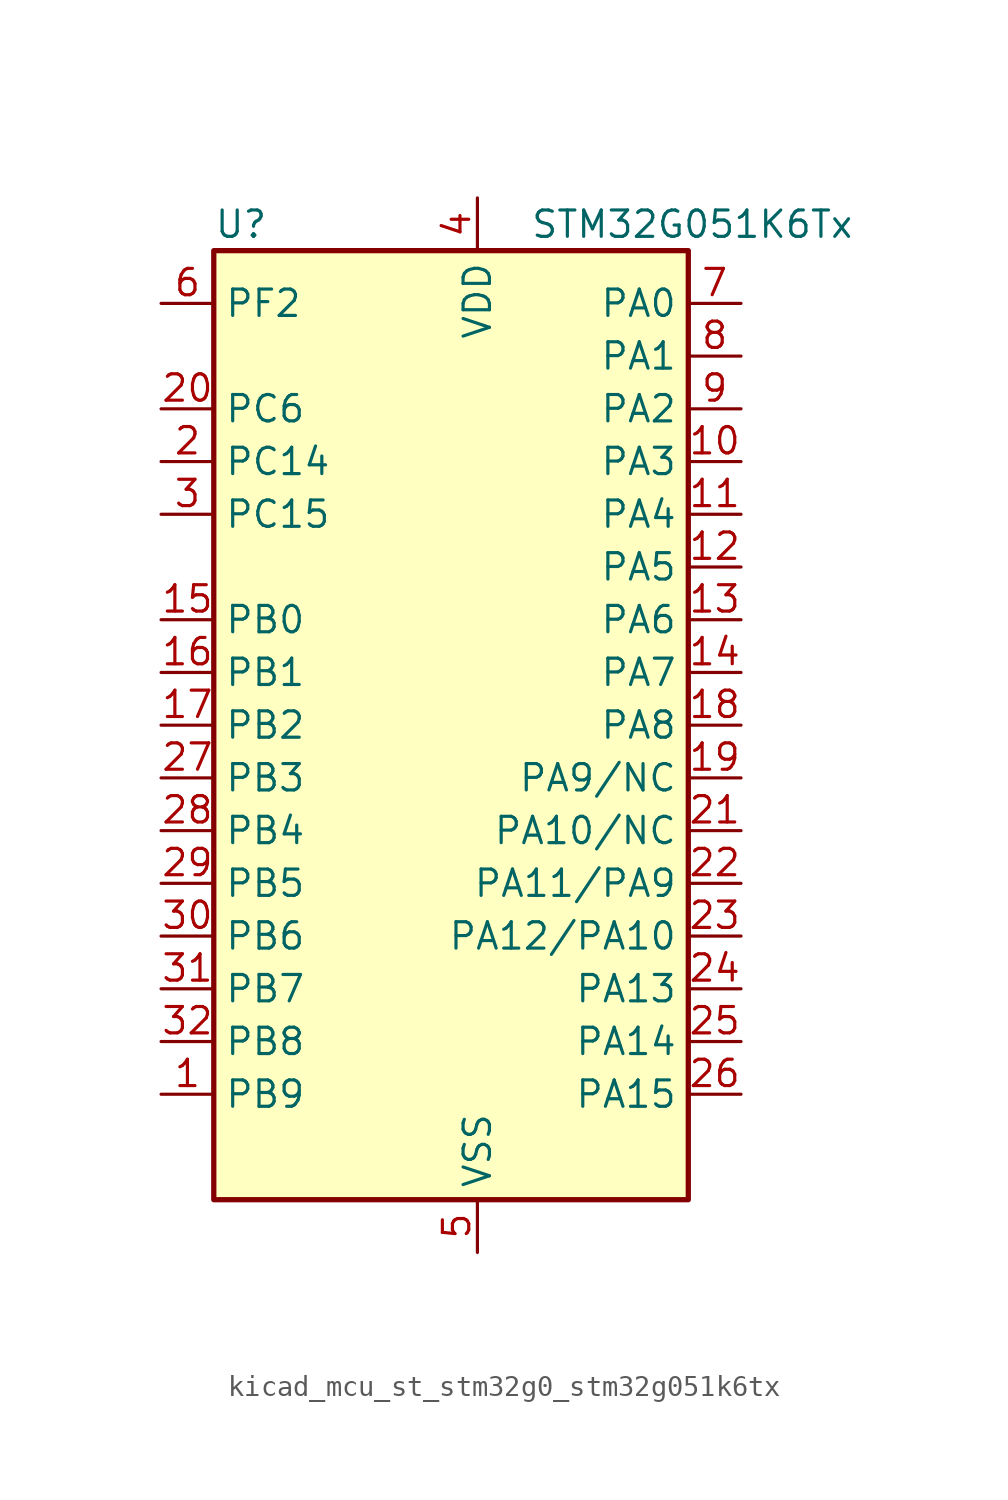
<source format=kicad_sym>
(kicad_symbol_lib
  (version 20220914)
  (generator kicad_symbol_editor)
  (symbol "kicad_mcu_st_stm32g0_stm32g051k6tx"
    (property "Reference" "U"
      (at -10.16 24.13 0)
      (effects (font (size 1.27 1.27)) (justify left)))
    (property "Value" "STM32G051K6Tx"
      (at 5.08 24.13 0)
      (effects (font (size 1.27 1.27)) (justify left)))
    (property "ki_locked" ""
      (at 0 0 0)
      (effects (font (size 1.27 1.27))))
    (symbol "kicad_mcu_st_stm32g0_stm32g051k6tx_0_1"
      (rectangle (start -10.16 -22.86) (end 12.7 22.86) (stroke (width 0.254) (type default)) (fill (type background))))
    (symbol "kicad_mcu_st_stm32g0_stm32g051k6tx_1_1"
      (pin bidirectional line (at -12.7 -17.78 0) (length 2.54) (name "PB9" (effects (font (size 1.27 1.27)))) (number "1" (effects (font (size 1.27 1.27)))) (alternate "DAC1_EXTI9" bidirectional line) (alternate "I2C1_SDA" bidirectional line) (alternate "IR_OUT" bidirectional line) (alternate "SPI2_NSS" bidirectional line) (alternate "TIM17_CH1" bidirectional line))
      (pin bidirectional line (at 15.24 12.7 180) (length 2.54) (name "PA3" (effects (font (size 1.27 1.27)))) (number "10" (effects (font (size 1.27 1.27)))) (alternate "ADC1_IN3" bidirectional line) (alternate "COMP2_INP" bidirectional line) (alternate "LPUART1_RX" bidirectional line) (alternate "SPI2_MISO" bidirectional line) (alternate "TIM15_CH2" bidirectional line) (alternate "TIM2_CH4" bidirectional line) (alternate "USART2_RX" bidirectional line))
      (pin bidirectional line (at 15.24 10.16 180) (length 2.54) (name "PA4" (effects (font (size 1.27 1.27)))) (number "11" (effects (font (size 1.27 1.27)))) (alternate "ADC1_IN4" bidirectional line) (alternate "DAC1_OUT1" bidirectional line) (alternate "I2S1_WS" bidirectional line) (alternate "LPTIM2_OUT" bidirectional line) (alternate "RTC_OUT1" bidirectional line) (alternate "RTC_TAMP_IN1" bidirectional line) (alternate "RTC_TS" bidirectional line) (alternate "SPI1_NSS" bidirectional line) (alternate "SPI2_MOSI" bidirectional line) (alternate "SYS_WKUP2" bidirectional line) (alternate "TIM14_CH1" bidirectional line))
      (pin bidirectional line (at 15.24 7.62 180) (length 2.54) (name "PA5" (effects (font (size 1.27 1.27)))) (number "12" (effects (font (size 1.27 1.27)))) (alternate "ADC1_IN5" bidirectional line) (alternate "DAC1_OUT2" bidirectional line) (alternate "I2S1_CK" bidirectional line) (alternate "LPTIM2_ETR" bidirectional line) (alternate "SPI1_SCK" bidirectional line) (alternate "TIM2_CH1" bidirectional line) (alternate "TIM2_ETR" bidirectional line))
      (pin bidirectional line (at 15.24 5.08 180) (length 2.54) (name "PA6" (effects (font (size 1.27 1.27)))) (number "13" (effects (font (size 1.27 1.27)))) (alternate "ADC1_IN6" bidirectional line) (alternate "COMP1_OUT" bidirectional line) (alternate "I2S1_MCK" bidirectional line) (alternate "LPUART1_CTS" bidirectional line) (alternate "SPI1_MISO" bidirectional line) (alternate "TIM16_CH1" bidirectional line) (alternate "TIM1_BK" bidirectional line) (alternate "TIM3_CH1" bidirectional line))
      (pin bidirectional line (at 15.24 2.54 180) (length 2.54) (name "PA7" (effects (font (size 1.27 1.27)))) (number "14" (effects (font (size 1.27 1.27)))) (alternate "ADC1_IN7" bidirectional line) (alternate "COMP2_OUT" bidirectional line) (alternate "I2S1_SD" bidirectional line) (alternate "SPI1_MOSI" bidirectional line) (alternate "TIM14_CH1" bidirectional line) (alternate "TIM17_CH1" bidirectional line) (alternate "TIM1_CH1N" bidirectional line) (alternate "TIM3_CH2" bidirectional line))
      (pin bidirectional line (at -12.7 5.08 0) (length 2.54) (name "PB0" (effects (font (size 1.27 1.27)))) (number "15" (effects (font (size 1.27 1.27)))) (alternate "ADC1_IN8" bidirectional line) (alternate "COMP1_OUT" bidirectional line) (alternate "I2S1_WS" bidirectional line) (alternate "LPTIM1_OUT" bidirectional line) (alternate "SPI1_NSS" bidirectional line) (alternate "TIM1_CH2N" bidirectional line) (alternate "TIM3_CH3" bidirectional line))
      (pin bidirectional line (at -12.7 2.54 0) (length 2.54) (name "PB1" (effects (font (size 1.27 1.27)))) (number "16" (effects (font (size 1.27 1.27)))) (alternate "ADC1_IN9" bidirectional line) (alternate "COMP1_INM" bidirectional line) (alternate "LPTIM2_IN1" bidirectional line) (alternate "LPUART1_DE" bidirectional line) (alternate "LPUART1_RTS" bidirectional line) (alternate "TIM14_CH1" bidirectional line) (alternate "TIM1_CH3N" bidirectional line) (alternate "TIM3_CH4" bidirectional line))
      (pin bidirectional line (at -12.7 0 0) (length 2.54) (name "PB2" (effects (font (size 1.27 1.27)))) (number "17" (effects (font (size 1.27 1.27)))) (alternate "ADC1_IN10" bidirectional line) (alternate "COMP1_INP" bidirectional line) (alternate "LPTIM1_OUT" bidirectional line) (alternate "SPI2_MISO" bidirectional line))
      (pin bidirectional line (at 15.24 0 180) (length 2.54) (name "PA8" (effects (font (size 1.27 1.27)))) (number "18" (effects (font (size 1.27 1.27)))) (alternate "LPTIM2_OUT" bidirectional line) (alternate "RCC_MCO" bidirectional line) (alternate "SPI2_NSS" bidirectional line) (alternate "TIM1_CH1" bidirectional line))
      (pin bidirectional line (at 15.24 -2.54 180) (length 2.54) (name "PA9/NC" (effects (font (size 1.27 1.27)))) (number "19" (effects (font (size 1.27 1.27)))) (alternate "DAC1_EXTI9" bidirectional line) (alternate "I2C1_SCL" bidirectional line) (alternate "RCC_MCO" bidirectional line) (alternate "SPI2_MISO" bidirectional line) (alternate "TIM15_BK" bidirectional line) (alternate "TIM1_CH2" bidirectional line) (alternate "USART1_TX" bidirectional line))
      (pin bidirectional line (at -12.7 12.7 0) (length 2.54) (name "PC14" (effects (font (size 1.27 1.27)))) (number "2" (effects (font (size 1.27 1.27)))) (alternate "RCC_OSC32_IN" bidirectional line) (alternate "RCC_OSC_IN" bidirectional line) (alternate "TIM1_BK2" bidirectional line))
      (pin bidirectional line (at -12.7 15.24 0) (length 2.54) (name "PC6" (effects (font (size 1.27 1.27)))) (number "20" (effects (font (size 1.27 1.27)))) (alternate "TIM2_CH3" bidirectional line) (alternate "TIM3_CH1" bidirectional line))
      (pin bidirectional line (at 15.24 -5.08 180) (length 2.54) (name "PA10/NC" (effects (font (size 1.27 1.27)))) (number "21" (effects (font (size 1.27 1.27)))) (alternate "I2C1_SDA" bidirectional line) (alternate "SPI2_MOSI" bidirectional line) (alternate "TIM17_BK" bidirectional line) (alternate "TIM1_CH3" bidirectional line) (alternate "USART1_RX" bidirectional line))
      (pin bidirectional line (at 15.24 -7.62 180) (length 2.54) (name "PA11/PA9" (effects (font (size 1.27 1.27)))) (number "22" (effects (font (size 1.27 1.27)))) (alternate "ADC1_EXTI11" bidirectional line) (alternate "ADC1_IN15" bidirectional line) (alternate "COMP1_OUT" bidirectional line) (alternate "I2C2_SCL" bidirectional line) (alternate "I2S1_MCK" bidirectional line) (alternate "SPI1_MISO" bidirectional line) (alternate "TIM1_BK2" bidirectional line) (alternate "TIM1_CH4" bidirectional line) (alternate "USART1_CTS" bidirectional line) (alternate "USART1_NSS" bidirectional line))
      (pin bidirectional line (at 15.24 -10.16 180) (length 2.54) (name "PA12/PA10" (effects (font (size 1.27 1.27)))) (number "23" (effects (font (size 1.27 1.27)))) (alternate "ADC1_IN16" bidirectional line) (alternate "COMP2_OUT" bidirectional line) (alternate "I2C2_SDA" bidirectional line) (alternate "I2S1_SD" bidirectional line) (alternate "I2S_CKIN" bidirectional line) (alternate "SPI1_MOSI" bidirectional line) (alternate "TIM1_ETR" bidirectional line) (alternate "USART1_CK" bidirectional line) (alternate "USART1_DE" bidirectional line) (alternate "USART1_RTS" bidirectional line))
      (pin bidirectional line (at 15.24 -12.7 180) (length 2.54) (name "PA13" (effects (font (size 1.27 1.27)))) (number "24" (effects (font (size 1.27 1.27)))) (alternate "ADC1_IN17" bidirectional line) (alternate "IR_OUT" bidirectional line) (alternate "SYS_SWDIO" bidirectional line))
      (pin bidirectional line (at 15.24 -15.24 180) (length 2.54) (name "PA14" (effects (font (size 1.27 1.27)))) (number "25" (effects (font (size 1.27 1.27)))) (alternate "ADC1_IN18" bidirectional line) (alternate "SYS_SWCLK" bidirectional line) (alternate "USART2_TX" bidirectional line))
      (pin bidirectional line (at 15.24 -17.78 180) (length 2.54) (name "PA15" (effects (font (size 1.27 1.27)))) (number "26" (effects (font (size 1.27 1.27)))) (alternate "I2S1_WS" bidirectional line) (alternate "SPI1_NSS" bidirectional line) (alternate "TIM2_CH1" bidirectional line) (alternate "TIM2_ETR" bidirectional line) (alternate "USART2_RX" bidirectional line))
      (pin bidirectional line (at -12.7 -2.54 0) (length 2.54) (name "PB3" (effects (font (size 1.27 1.27)))) (number "27" (effects (font (size 1.27 1.27)))) (alternate "COMP2_INM" bidirectional line) (alternate "I2S1_CK" bidirectional line) (alternate "SPI1_SCK" bidirectional line) (alternate "TIM1_CH2" bidirectional line) (alternate "TIM2_CH2" bidirectional line) (alternate "USART1_CK" bidirectional line) (alternate "USART1_DE" bidirectional line) (alternate "USART1_RTS" bidirectional line))
      (pin bidirectional line (at -12.7 -5.08 0) (length 2.54) (name "PB4" (effects (font (size 1.27 1.27)))) (number "28" (effects (font (size 1.27 1.27)))) (alternate "COMP2_INP" bidirectional line) (alternate "I2S1_MCK" bidirectional line) (alternate "SPI1_MISO" bidirectional line) (alternate "TIM17_BK" bidirectional line) (alternate "TIM3_CH1" bidirectional line) (alternate "USART1_CTS" bidirectional line) (alternate "USART1_NSS" bidirectional line))
      (pin bidirectional line (at -12.7 -7.62 0) (length 2.54) (name "PB5" (effects (font (size 1.27 1.27)))) (number "29" (effects (font (size 1.27 1.27)))) (alternate "COMP2_OUT" bidirectional line) (alternate "I2C1_SMBA" bidirectional line) (alternate "I2S1_SD" bidirectional line) (alternate "LPTIM1_IN1" bidirectional line) (alternate "SPI1_MOSI" bidirectional line) (alternate "SYS_WKUP6" bidirectional line) (alternate "TIM16_BK" bidirectional line) (alternate "TIM3_CH2" bidirectional line))
      (pin bidirectional line (at -12.7 10.16 0) (length 2.54) (name "PC15" (effects (font (size 1.27 1.27)))) (number "3" (effects (font (size 1.27 1.27)))) (alternate "RCC_OSC32_EN" bidirectional line) (alternate "RCC_OSC32_OUT" bidirectional line) (alternate "RCC_OSC_EN" bidirectional line) (alternate "TIM15_BK" bidirectional line))
      (pin bidirectional line (at -12.7 -10.16 0) (length 2.54) (name "PB6" (effects (font (size 1.27 1.27)))) (number "30" (effects (font (size 1.27 1.27)))) (alternate "COMP2_INP" bidirectional line) (alternate "I2C1_SCL" bidirectional line) (alternate "LPTIM1_ETR" bidirectional line) (alternate "SPI2_MISO" bidirectional line) (alternate "TIM16_CH1N" bidirectional line) (alternate "TIM1_CH3" bidirectional line) (alternate "USART1_TX" bidirectional line))
      (pin bidirectional line (at -12.7 -12.7 0) (length 2.54) (name "PB7" (effects (font (size 1.27 1.27)))) (number "31" (effects (font (size 1.27 1.27)))) (alternate "ADC1_IN11" bidirectional line) (alternate "COMP2_INM" bidirectional line) (alternate "I2C1_SDA" bidirectional line) (alternate "LPTIM1_IN2" bidirectional line) (alternate "SPI2_MOSI" bidirectional line) (alternate "SYS_PVD_IN" bidirectional line) (alternate "TIM17_CH1N" bidirectional line) (alternate "USART1_RX" bidirectional line))
      (pin bidirectional line (at -12.7 -15.24 0) (length 2.54) (name "PB8" (effects (font (size 1.27 1.27)))) (number "32" (effects (font (size 1.27 1.27)))) (alternate "I2C1_SCL" bidirectional line) (alternate "SPI2_SCK" bidirectional line) (alternate "TIM15_BK" bidirectional line) (alternate "TIM16_CH1" bidirectional line))
      (pin power_in line (at 2.54 25.4 270) (length 2.54) (name "VDD" (effects (font (size 1.27 1.27)))) (number "4" (effects (font (size 1.27 1.27)))))
      (pin power_in line (at 2.54 -25.4 90) (length 2.54) (name "VSS" (effects (font (size 1.27 1.27)))) (number "5" (effects (font (size 1.27 1.27)))))
      (pin bidirectional line (at -12.7 20.32 0) (length 2.54) (name "PF2" (effects (font (size 1.27 1.27)))) (number "6" (effects (font (size 1.27 1.27)))) (alternate "RCC_MCO" bidirectional line))
      (pin bidirectional line (at 15.24 20.32 180) (length 2.54) (name "PA0" (effects (font (size 1.27 1.27)))) (number "7" (effects (font (size 1.27 1.27)))) (alternate "ADC1_IN0" bidirectional line) (alternate "COMP1_INM" bidirectional line) (alternate "COMP1_OUT" bidirectional line) (alternate "LPTIM1_OUT" bidirectional line) (alternate "RTC_TAMP_IN2" bidirectional line) (alternate "SPI2_SCK" bidirectional line) (alternate "SYS_WKUP1" bidirectional line) (alternate "TIM2_CH1" bidirectional line) (alternate "TIM2_ETR" bidirectional line) (alternate "USART2_CTS" bidirectional line) (alternate "USART2_NSS" bidirectional line))
      (pin bidirectional line (at 15.24 17.78 180) (length 2.54) (name "PA1" (effects (font (size 1.27 1.27)))) (number "8" (effects (font (size 1.27 1.27)))) (alternate "ADC1_IN1" bidirectional line) (alternate "COMP1_INP" bidirectional line) (alternate "I2C1_SMBA" bidirectional line) (alternate "I2S1_CK" bidirectional line) (alternate "SPI1_SCK" bidirectional line) (alternate "TIM15_CH1N" bidirectional line) (alternate "TIM2_CH2" bidirectional line) (alternate "USART2_CK" bidirectional line) (alternate "USART2_DE" bidirectional line) (alternate "USART2_RTS" bidirectional line))
      (pin bidirectional line (at 15.24 15.24 180) (length 2.54) (name "PA2" (effects (font (size 1.27 1.27)))) (number "9" (effects (font (size 1.27 1.27)))) (alternate "ADC1_IN2" bidirectional line) (alternate "COMP2_INM" bidirectional line) (alternate "COMP2_OUT" bidirectional line) (alternate "I2S1_SD" bidirectional line) (alternate "LPUART1_TX" bidirectional line) (alternate "RCC_LSCO" bidirectional line) (alternate "SPI1_MOSI" bidirectional line) (alternate "SYS_WKUP4" bidirectional line) (alternate "TIM15_CH1" bidirectional line) (alternate "TIM2_CH3" bidirectional line) (alternate "USART2_TX" bidirectional line)))))
</source>
